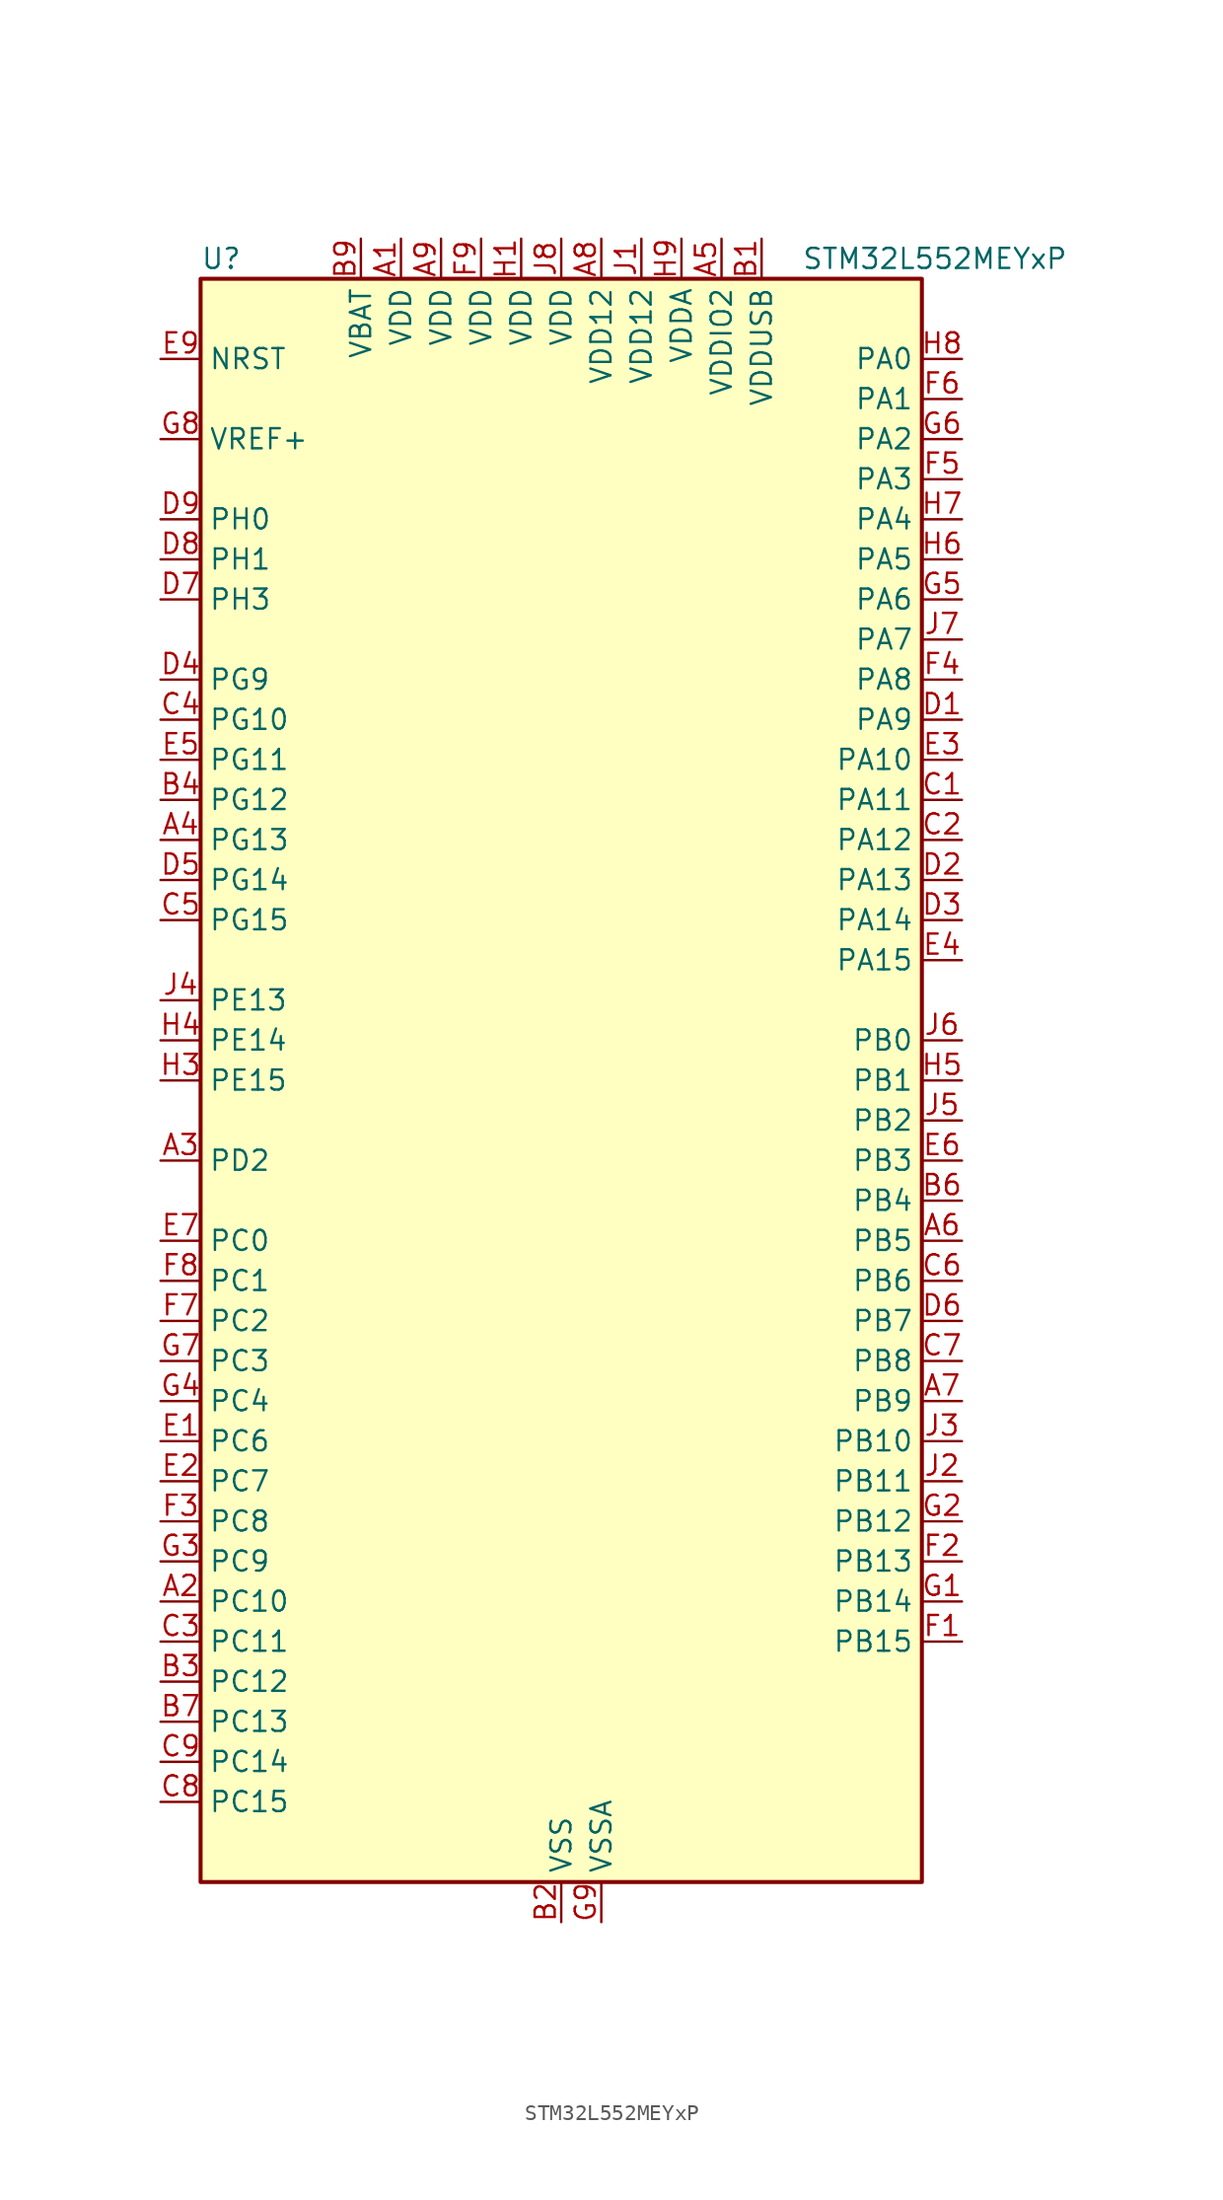
<source format=kicad_sym>
(kicad_symbol_lib
  (version 20241209)
  (generator "kicad_symbol_editor")
  (generator_version "9.0")
  (symbol "STM32L552MEYxP"
    (property "Reference" "U"
      (at -22.86 52.07 0)
      (effects (font (size 1.27 1.27)) (justify left)))
    (property "Value" "STM32L552MEYxP"
      (at 15.24 52.07 0)
      (effects (font (size 1.27 1.27)) (justify left)))
    (symbol "STM32L552MEYxP_0_1"
      (rectangle (start -22.86 -50.8) (end 22.86 50.8) (stroke (width 0.254) (type default)) (fill (type background))))
    (symbol "STM32L552MEYxP_1_1"
      (pin input line (at -25.4 45.72 0) (length 2.54) (name "NRST" (effects (font (size 1.27 1.27)))) (number "E9" (effects (font (size 1.27 1.27)))))
      (pin input line (at -25.4 40.64 0) (length 2.54) (name "VREF+" (effects (font (size 1.27 1.27)))) (number "G8" (effects (font (size 1.27 1.27)))) (alternate "VREFBUF_OUT" bidirectional line))
      (pin bidirectional line (at -25.4 35.56 0) (length 2.54) (name "PH0" (effects (font (size 1.27 1.27)))) (number "D9" (effects (font (size 1.27 1.27)))) (alternate "RCC_OSC_IN" bidirectional line))
      (pin bidirectional line (at -25.4 33.02 0) (length 2.54) (name "PH1" (effects (font (size 1.27 1.27)))) (number "D8" (effects (font (size 1.27 1.27)))) (alternate "RCC_OSC_OUT" bidirectional line))
      (pin bidirectional line (at -25.4 30.48 0) (length 2.54) (name "PH3" (effects (font (size 1.27 1.27)))) (number "D7" (effects (font (size 1.27 1.27)))))
      (pin bidirectional line (at -25.4 25.4 0) (length 2.54) (name "PG9" (effects (font (size 1.27 1.27)))) (number "D4" (effects (font (size 1.27 1.27)))) (alternate "DAC1_EXTI9" bidirectional line) (alternate "SAI2_SCK_A" bidirectional line) (alternate "SPI3_SCK" bidirectional line) (alternate "TIM15_CH1N" bidirectional line) (alternate "USART1_TX" bidirectional line))
      (pin bidirectional line (at -25.4 22.86 0) (length 2.54) (name "PG10" (effects (font (size 1.27 1.27)))) (number "C4" (effects (font (size 1.27 1.27)))) (alternate "LPTIM1_IN1" bidirectional line) (alternate "SAI2_FS_A" bidirectional line) (alternate "SPI3_MISO" bidirectional line) (alternate "TIM15_CH1" bidirectional line) (alternate "USART1_RX" bidirectional line))
      (pin bidirectional line (at -25.4 20.32 0) (length 2.54) (name "PG11" (effects (font (size 1.27 1.27)))) (number "E5" (effects (font (size 1.27 1.27)))) (alternate "ADC1_EXTI11" bidirectional line) (alternate "ADC2_EXTI11" bidirectional line) (alternate "LPTIM1_IN2" bidirectional line) (alternate "OCTOSPI1_IO5" bidirectional line) (alternate "SAI2_MCLK_A" bidirectional line) (alternate "SPI3_MOSI" bidirectional line) (alternate "TIM15_CH2" bidirectional line) (alternate "USART1_CTS" bidirectional line) (alternate "USART1_NSS" bidirectional line))
      (pin bidirectional line (at -25.4 17.78 0) (length 2.54) (name "PG12" (effects (font (size 1.27 1.27)))) (number "B4" (effects (font (size 1.27 1.27)))) (alternate "LPTIM1_ETR" bidirectional line) (alternate "SAI2_SD_A" bidirectional line) (alternate "SPI3_NSS" bidirectional line) (alternate "USART1_DE" bidirectional line) (alternate "USART1_RTS" bidirectional line))
      (pin bidirectional line (at -25.4 15.24 0) (length 2.54) (name "PG13" (effects (font (size 1.27 1.27)))) (number "A4" (effects (font (size 1.27 1.27)))) (alternate "I2C1_SDA" bidirectional line) (alternate "USART1_CK" bidirectional line))
      (pin bidirectional line (at -25.4 12.7 0) (length 2.54) (name "PG14" (effects (font (size 1.27 1.27)))) (number "D5" (effects (font (size 1.27 1.27)))) (alternate "I2C1_SCL" bidirectional line))
      (pin bidirectional line (at -25.4 10.16 0) (length 2.54) (name "PG15" (effects (font (size 1.27 1.27)))) (number "C5" (effects (font (size 1.27 1.27)))) (alternate "ADC1_EXTI15" bidirectional line) (alternate "ADC2_EXTI15" bidirectional line) (alternate "I2C1_SMBA" bidirectional line) (alternate "LPTIM1_OUT" bidirectional line))
      (pin bidirectional line (at -25.4 5.08 0) (length 2.54) (name "PE13" (effects (font (size 1.27 1.27)))) (number "J4" (effects (font (size 1.27 1.27)))) (alternate "OCTOSPI1_IO1" bidirectional line) (alternate "SPI1_SCK" bidirectional line) (alternate "TIM1_CH3" bidirectional line) (alternate "TSC_G5_IO4" bidirectional line))
      (pin bidirectional line (at -25.4 2.54 0) (length 2.54) (name "PE14" (effects (font (size 1.27 1.27)))) (number "H4" (effects (font (size 1.27 1.27)))) (alternate "OCTOSPI1_IO2" bidirectional line) (alternate "SPI1_MISO" bidirectional line) (alternate "TIM1_BKIN2" bidirectional line) (alternate "TIM1_CH4" bidirectional line))
      (pin bidirectional line (at -25.4 0 0) (length 2.54) (name "PE15" (effects (font (size 1.27 1.27)))) (number "H3" (effects (font (size 1.27 1.27)))) (alternate "ADC1_EXTI15" bidirectional line) (alternate "ADC2_EXTI15" bidirectional line) (alternate "OCTOSPI1_IO3" bidirectional line) (alternate "SPI1_MOSI" bidirectional line) (alternate "TIM1_BKIN" bidirectional line))
      (pin bidirectional line (at -25.4 -5.08 0) (length 2.54) (name "PD2" (effects (font (size 1.27 1.27)))) (number "A3" (effects (font (size 1.27 1.27)))) (alternate "DEBUG_TRACED2" bidirectional line) (alternate "SDMMC1_CMD" bidirectional line) (alternate "TIM3_ETR" bidirectional line) (alternate "TSC_SYNC" bidirectional line) (alternate "UART5_RX" bidirectional line) (alternate "USART3_DE" bidirectional line) (alternate "USART3_RTS" bidirectional line))
      (pin bidirectional line (at -25.4 -10.16 0) (length 2.54) (name "PC0" (effects (font (size 1.27 1.27)))) (number "E7" (effects (font (size 1.27 1.27)))) (alternate "ADC1_IN1" bidirectional line) (alternate "ADC2_IN1" bidirectional line) (alternate "I2C3_SCL" bidirectional line) (alternate "LPTIM1_IN1" bidirectional line) (alternate "LPTIM2_IN1" bidirectional line) (alternate "LPUART1_RX" bidirectional line) (alternate "OCTOSPI1_IO7" bidirectional line) (alternate "SAI2_FS_A" bidirectional line) (alternate "SDMMC1_D5" bidirectional line))
      (pin bidirectional line (at -25.4 -12.7 0) (length 2.54) (name "PC1" (effects (font (size 1.27 1.27)))) (number "F8" (effects (font (size 1.27 1.27)))) (alternate "ADC1_IN2" bidirectional line) (alternate "ADC2_IN2" bidirectional line) (alternate "DEBUG_TRACED0" bidirectional line) (alternate "I2C3_SDA" bidirectional line) (alternate "LPTIM1_OUT" bidirectional line) (alternate "LPUART1_TX" bidirectional line) (alternate "OCTOSPI1_IO4" bidirectional line) (alternate "SAI1_SD_A" bidirectional line) (alternate "SPI2_MOSI" bidirectional line))
      (pin bidirectional line (at -25.4 -15.24 0) (length 2.54) (name "PC2" (effects (font (size 1.27 1.27)))) (number "F7" (effects (font (size 1.27 1.27)))) (alternate "ADC1_IN3" bidirectional line) (alternate "ADC2_IN3" bidirectional line) (alternate "DFSDM1_CKOUT" bidirectional line) (alternate "LPTIM1_IN2" bidirectional line) (alternate "OCTOSPI1_IO5" bidirectional line) (alternate "SPI2_MISO" bidirectional line))
      (pin bidirectional line (at -25.4 -17.78 0) (length 2.54) (name "PC3" (effects (font (size 1.27 1.27)))) (number "G7" (effects (font (size 1.27 1.27)))) (alternate "ADC1_IN4" bidirectional line) (alternate "ADC2_IN4" bidirectional line) (alternate "LPTIM1_ETR" bidirectional line) (alternate "LPTIM2_ETR" bidirectional line) (alternate "LPTIM3_OUT" bidirectional line) (alternate "OCTOSPI1_IO6" bidirectional line) (alternate "SAI1_D1" bidirectional line) (alternate "SAI1_SD_A" bidirectional line) (alternate "SPI2_MOSI" bidirectional line))
      (pin bidirectional line (at -25.4 -20.32 0) (length 2.54) (name "PC4" (effects (font (size 1.27 1.27)))) (number "G4" (effects (font (size 1.27 1.27)))) (alternate "ADC1_IN13" bidirectional line) (alternate "ADC2_IN13" bidirectional line) (alternate "COMP1_INM" bidirectional line) (alternate "OCTOSPI1_IO7" bidirectional line) (alternate "USART3_TX" bidirectional line))
      (pin bidirectional line (at -25.4 -22.86 0) (length 2.54) (name "PC6" (effects (font (size 1.27 1.27)))) (number "E1" (effects (font (size 1.27 1.27)))) (alternate "DFSDM1_CKIN3" bidirectional line) (alternate "SAI2_MCLK_A" bidirectional line) (alternate "SDMMC1_D0DIR" bidirectional line) (alternate "SDMMC1_D6" bidirectional line) (alternate "TIM3_CH1" bidirectional line) (alternate "TIM8_CH1" bidirectional line) (alternate "TSC_G4_IO1" bidirectional line))
      (pin bidirectional line (at -25.4 -25.4 0) (length 2.54) (name "PC7" (effects (font (size 1.27 1.27)))) (number "E2" (effects (font (size 1.27 1.27)))) (alternate "DFSDM1_DATIN3" bidirectional line) (alternate "SAI2_MCLK_B" bidirectional line) (alternate "SDMMC1_D123DIR" bidirectional line) (alternate "SDMMC1_D7" bidirectional line) (alternate "TIM3_CH2" bidirectional line) (alternate "TIM8_CH2" bidirectional line) (alternate "TSC_G4_IO2" bidirectional line))
      (pin bidirectional line (at -25.4 -27.94 0) (length 2.54) (name "PC8" (effects (font (size 1.27 1.27)))) (number "F3" (effects (font (size 1.27 1.27)))) (alternate "SDMMC1_D0" bidirectional line) (alternate "TIM3_CH3" bidirectional line) (alternate "TIM8_CH3" bidirectional line) (alternate "TSC_G4_IO3" bidirectional line))
      (pin bidirectional line (at -25.4 -30.48 0) (length 2.54) (name "PC9" (effects (font (size 1.27 1.27)))) (number "G3" (effects (font (size 1.27 1.27)))) (alternate "DAC1_EXTI9" bidirectional line) (alternate "DEBUG_TRACED0" bidirectional line) (alternate "SAI2_EXTCLK" bidirectional line) (alternate "SDMMC1_D1" bidirectional line) (alternate "TIM3_CH4" bidirectional line) (alternate "TIM8_BKIN2" bidirectional line) (alternate "TIM8_CH4" bidirectional line) (alternate "TSC_G4_IO4" bidirectional line) (alternate "USB_NOE" bidirectional line))
      (pin bidirectional line (at -25.4 -33.02 0) (length 2.54) (name "PC10" (effects (font (size 1.27 1.27)))) (number "A2" (effects (font (size 1.27 1.27)))) (alternate "DEBUG_TRACED1" bidirectional line) (alternate "LPTIM3_ETR" bidirectional line) (alternate "SAI2_SCK_B" bidirectional line) (alternate "SDMMC1_D2" bidirectional line) (alternate "SPI3_SCK" bidirectional line) (alternate "TSC_G3_IO2" bidirectional line) (alternate "UART4_TX" bidirectional line) (alternate "USART3_TX" bidirectional line))
      (pin bidirectional line (at -25.4 -35.56 0) (length 2.54) (name "PC11" (effects (font (size 1.27 1.27)))) (number "C3" (effects (font (size 1.27 1.27)))) (alternate "ADC1_EXTI11" bidirectional line) (alternate "ADC2_EXTI11" bidirectional line) (alternate "LPTIM3_IN1" bidirectional line) (alternate "OCTOSPI1_NCS" bidirectional line) (alternate "SAI2_MCLK_B" bidirectional line) (alternate "SDMMC1_D3" bidirectional line) (alternate "SPI3_MISO" bidirectional line) (alternate "TSC_G3_IO3" bidirectional line) (alternate "UART4_RX" bidirectional line) (alternate "UCPD1_FRSTX2" bidirectional line) (alternate "USART3_RX" bidirectional line))
      (pin bidirectional line (at -25.4 -38.1 0) (length 2.54) (name "PC12" (effects (font (size 1.27 1.27)))) (number "B3" (effects (font (size 1.27 1.27)))) (alternate "DEBUG_TRACED3" bidirectional line) (alternate "SAI2_SD_B" bidirectional line) (alternate "SDMMC1_CK" bidirectional line) (alternate "SPI3_MOSI" bidirectional line) (alternate "TSC_G3_IO4" bidirectional line) (alternate "UART5_TX" bidirectional line) (alternate "USART3_CK" bidirectional line))
      (pin bidirectional line (at -25.4 -40.64 0) (length 2.54) (name "PC13" (effects (font (size 1.27 1.27)))) (number "B7" (effects (font (size 1.27 1.27)))) (alternate "PWR_WKUP2" bidirectional line) (alternate "RTC_OUT1" bidirectional line) (alternate "RTC_TS" bidirectional line) (alternate "TAMP_IN1" bidirectional line) (alternate "TAMP_OUT2" bidirectional line))
      (pin bidirectional line (at -25.4 -43.18 0) (length 2.54) (name "PC14" (effects (font (size 1.27 1.27)))) (number "C9" (effects (font (size 1.27 1.27)))) (alternate "RCC_OSC32_IN" bidirectional line))
      (pin bidirectional line (at -25.4 -45.72 0) (length 2.54) (name "PC15" (effects (font (size 1.27 1.27)))) (number "C8" (effects (font (size 1.27 1.27)))) (alternate "ADC1_EXTI15" bidirectional line) (alternate "ADC2_EXTI15" bidirectional line) (alternate "RCC_OSC32_OUT" bidirectional line))
      (pin power_in line (at -12.7 53.34 270) (length 2.54) (name "VBAT" (effects (font (size 1.27 1.27)))) (number "B9" (effects (font (size 1.27 1.27)))))
      (pin power_in line (at -10.16 53.34 270) (length 2.54) (name "VDD" (effects (font (size 1.27 1.27)))) (number "A1" (effects (font (size 1.27 1.27)))))
      (pin power_in line (at -7.62 53.34 270) (length 2.54) (name "VDD" (effects (font (size 1.27 1.27)))) (number "A9" (effects (font (size 1.27 1.27)))))
      (pin power_in line (at -5.08 53.34 270) (length 2.54) (name "VDD" (effects (font (size 1.27 1.27)))) (number "F9" (effects (font (size 1.27 1.27)))))
      (pin power_in line (at -2.54 53.34 270) (length 2.54) (name "VDD" (effects (font (size 1.27 1.27)))) (number "H1" (effects (font (size 1.27 1.27)))))
      (pin power_in line (at 0 53.34 270) (length 2.54) (name "VDD" (effects (font (size 1.27 1.27)))) (number "J8" (effects (font (size 1.27 1.27)))))
      (pin power_in line (at 0 -53.34 90) (length 2.54) (name "VSS" (effects (font (size 1.27 1.27)))) (number "B2" (effects (font (size 1.27 1.27)))))
      (pin passive line (at 0 -53.34 90) (length 2.54) (hide yes) (name "VSS" (effects (font (size 1.27 1.27)))) (number "B5" (effects (font (size 1.27 1.27)))))
      (pin passive line (at 0 -53.34 90) (length 2.54) (hide yes) (name "VSS" (effects (font (size 1.27 1.27)))) (number "B8" (effects (font (size 1.27 1.27)))))
      (pin passive line (at 0 -53.34 90) (length 2.54) (hide yes) (name "VSS" (effects (font (size 1.27 1.27)))) (number "E8" (effects (font (size 1.27 1.27)))))
      (pin passive line (at 0 -53.34 90) (length 2.54) (hide yes) (name "VSS" (effects (font (size 1.27 1.27)))) (number "H2" (effects (font (size 1.27 1.27)))))
      (pin passive line (at 0 -53.34 90) (length 2.54) (hide yes) (name "VSS" (effects (font (size 1.27 1.27)))) (number "J9" (effects (font (size 1.27 1.27)))))
      (pin power_in line (at 2.54 53.34 270) (length 2.54) (name "VDD12" (effects (font (size 1.27 1.27)))) (number "A8" (effects (font (size 1.27 1.27)))))
      (pin power_in line (at 2.54 -53.34 90) (length 2.54) (name "VSSA" (effects (font (size 1.27 1.27)))) (number "G9" (effects (font (size 1.27 1.27)))))
      (pin power_in line (at 5.08 53.34 270) (length 2.54) (name "VDD12" (effects (font (size 1.27 1.27)))) (number "J1" (effects (font (size 1.27 1.27)))))
      (pin power_in line (at 7.62 53.34 270) (length 2.54) (name "VDDA" (effects (font (size 1.27 1.27)))) (number "H9" (effects (font (size 1.27 1.27)))))
      (pin power_in line (at 10.16 53.34 270) (length 2.54) (name "VDDIO2" (effects (font (size 1.27 1.27)))) (number "A5" (effects (font (size 1.27 1.27)))))
      (pin power_in line (at 12.7 53.34 270) (length 2.54) (name "VDDUSB" (effects (font (size 1.27 1.27)))) (number "B1" (effects (font (size 1.27 1.27)))))
      (pin bidirectional line (at 25.4 45.72 180) (length 2.54) (name "PA0" (effects (font (size 1.27 1.27)))) (number "H8" (effects (font (size 1.27 1.27)))) (alternate "ADC1_IN5" bidirectional line) (alternate "ADC2_IN5" bidirectional line) (alternate "OPAMP1_VINP" bidirectional line) (alternate "PWR_WKUP1" bidirectional line) (alternate "SAI1_EXTCLK" bidirectional line) (alternate "TAMP_IN2" bidirectional line) (alternate "TAMP_OUT1" bidirectional line) (alternate "TIM2_CH1" bidirectional line) (alternate "TIM2_ETR" bidirectional line) (alternate "TIM5_CH1" bidirectional line) (alternate "TIM8_ETR" bidirectional line) (alternate "UART4_TX" bidirectional line) (alternate "USART2_CTS" bidirectional line) (alternate "USART2_NSS" bidirectional line))
      (pin bidirectional line (at 25.4 43.18 180) (length 2.54) (name "PA1" (effects (font (size 1.27 1.27)))) (number "F6" (effects (font (size 1.27 1.27)))) (alternate "ADC1_IN6" bidirectional line) (alternate "ADC2_IN6" bidirectional line) (alternate "I2C1_SMBA" bidirectional line) (alternate "OCTOSPI1_DQS" bidirectional line) (alternate "OPAMP1_VINM" bidirectional line) (alternate "SPI1_SCK" bidirectional line) (alternate "TAMP_IN5" bidirectional line) (alternate "TAMP_OUT4" bidirectional line) (alternate "TIM15_CH1N" bidirectional line) (alternate "TIM2_CH2" bidirectional line) (alternate "TIM5_CH2" bidirectional line) (alternate "UART4_RX" bidirectional line) (alternate "USART2_DE" bidirectional line) (alternate "USART2_RTS" bidirectional line))
      (pin bidirectional line (at 25.4 40.64 180) (length 2.54) (name "PA2" (effects (font (size 1.27 1.27)))) (number "G6" (effects (font (size 1.27 1.27)))) (alternate "ADC1_IN7" bidirectional line) (alternate "ADC2_IN7" bidirectional line) (alternate "COMP1_INP" bidirectional line) (alternate "LPUART1_TX" bidirectional line) (alternate "OCTOSPI1_NCS" bidirectional line) (alternate "PWR_WKUP4" bidirectional line) (alternate "RCC_LSCO" bidirectional line) (alternate "SAI2_EXTCLK" bidirectional line) (alternate "TIM15_CH1" bidirectional line) (alternate "TIM2_CH3" bidirectional line) (alternate "TIM5_CH3" bidirectional line) (alternate "UCPD1_FRSTX1" bidirectional line) (alternate "USART2_TX" bidirectional line))
      (pin bidirectional line (at 25.4 38.1 180) (length 2.54) (name "PA3" (effects (font (size 1.27 1.27)))) (number "F5" (effects (font (size 1.27 1.27)))) (alternate "ADC1_IN8" bidirectional line) (alternate "ADC2_IN8" bidirectional line) (alternate "LPUART1_RX" bidirectional line) (alternate "OCTOSPI1_CLK" bidirectional line) (alternate "OPAMP1_VOUT" bidirectional line) (alternate "SAI1_CK1" bidirectional line) (alternate "SAI1_MCLK_A" bidirectional line) (alternate "TIM15_CH2" bidirectional line) (alternate "TIM2_CH4" bidirectional line) (alternate "TIM5_CH4" bidirectional line) (alternate "USART2_RX" bidirectional line))
      (pin bidirectional line (at 25.4 35.56 180) (length 2.54) (name "PA4" (effects (font (size 1.27 1.27)))) (number "H7" (effects (font (size 1.27 1.27)))) (alternate "ADC1_IN9" bidirectional line) (alternate "ADC2_IN9" bidirectional line) (alternate "DAC1_OUT1" bidirectional line) (alternate "LPTIM2_OUT" bidirectional line) (alternate "OCTOSPI1_NCS" bidirectional line) (alternate "SAI1_FS_B" bidirectional line) (alternate "SPI1_NSS" bidirectional line) (alternate "SPI3_NSS" bidirectional line) (alternate "USART2_CK" bidirectional line))
      (pin bidirectional line (at 25.4 33.02 180) (length 2.54) (name "PA5" (effects (font (size 1.27 1.27)))) (number "H6" (effects (font (size 1.27 1.27)))) (alternate "ADC1_IN10" bidirectional line) (alternate "ADC2_IN10" bidirectional line) (alternate "DAC1_OUT2" bidirectional line) (alternate "LPTIM2_ETR" bidirectional line) (alternate "SPI1_SCK" bidirectional line) (alternate "TIM2_CH1" bidirectional line) (alternate "TIM2_ETR" bidirectional line) (alternate "TIM8_CH1N" bidirectional line))
      (pin bidirectional line (at 25.4 30.48 180) (length 2.54) (name "PA6" (effects (font (size 1.27 1.27)))) (number "G5" (effects (font (size 1.27 1.27)))) (alternate "ADC1_IN11" bidirectional line) (alternate "ADC2_IN11" bidirectional line) (alternate "LPUART1_CTS" bidirectional line) (alternate "OCTOSPI1_IO3" bidirectional line) (alternate "OPAMP2_VINP" bidirectional line) (alternate "SPI1_MISO" bidirectional line) (alternate "TIM16_CH1" bidirectional line) (alternate "TIM1_BKIN" bidirectional line) (alternate "TIM3_CH1" bidirectional line) (alternate "TIM8_BKIN" bidirectional line) (alternate "USART3_CTS" bidirectional line) (alternate "USART3_NSS" bidirectional line))
      (pin bidirectional line (at 25.4 27.94 180) (length 2.54) (name "PA7" (effects (font (size 1.27 1.27)))) (number "J7" (effects (font (size 1.27 1.27)))) (alternate "ADC1_IN12" bidirectional line) (alternate "ADC2_IN12" bidirectional line) (alternate "I2C3_SCL" bidirectional line) (alternate "OCTOSPI1_IO2" bidirectional line) (alternate "OPAMP2_VINM" bidirectional line) (alternate "SPI1_MOSI" bidirectional line) (alternate "TIM17_CH1" bidirectional line) (alternate "TIM1_CH1N" bidirectional line) (alternate "TIM3_CH2" bidirectional line) (alternate "TIM8_CH1N" bidirectional line))
      (pin bidirectional line (at 25.4 25.4 180) (length 2.54) (name "PA8" (effects (font (size 1.27 1.27)))) (number "F4" (effects (font (size 1.27 1.27)))) (alternate "LPTIM2_OUT" bidirectional line) (alternate "RCC_MCO" bidirectional line) (alternate "SAI1_CK2" bidirectional line) (alternate "SAI1_SCK_A" bidirectional line) (alternate "TIM1_CH1" bidirectional line) (alternate "USART1_CK" bidirectional line))
      (pin bidirectional line (at 25.4 22.86 180) (length 2.54) (name "PA9" (effects (font (size 1.27 1.27)))) (number "D1" (effects (font (size 1.27 1.27)))) (alternate "DAC1_EXTI9" bidirectional line) (alternate "SAI1_FS_A" bidirectional line) (alternate "SPI2_SCK" bidirectional line) (alternate "TIM15_BKIN" bidirectional line) (alternate "TIM1_CH2" bidirectional line) (alternate "USART1_TX" bidirectional line))
      (pin bidirectional line (at 25.4 20.32 180) (length 2.54) (name "PA10" (effects (font (size 1.27 1.27)))) (number "E3" (effects (font (size 1.27 1.27)))) (alternate "CRS_SYNC" bidirectional line) (alternate "SAI1_D1" bidirectional line) (alternate "SAI1_SD_A" bidirectional line) (alternate "TIM17_BKIN" bidirectional line) (alternate "TIM1_CH3" bidirectional line) (alternate "USART1_RX" bidirectional line))
      (pin bidirectional line (at 25.4 17.78 180) (length 2.54) (name "PA11" (effects (font (size 1.27 1.27)))) (number "C1" (effects (font (size 1.27 1.27)))) (alternate "ADC1_EXTI11" bidirectional line) (alternate "ADC2_EXTI11" bidirectional line) (alternate "FDCAN1_RX" bidirectional line) (alternate "SPI1_MISO" bidirectional line) (alternate "TIM1_BKIN2" bidirectional line) (alternate "TIM1_CH4" bidirectional line) (alternate "USART1_CTS" bidirectional line) (alternate "USART1_NSS" bidirectional line) (alternate "USB_DM" bidirectional line))
      (pin bidirectional line (at 25.4 15.24 180) (length 2.54) (name "PA12" (effects (font (size 1.27 1.27)))) (number "C2" (effects (font (size 1.27 1.27)))) (alternate "FDCAN1_TX" bidirectional line) (alternate "SPI1_MOSI" bidirectional line) (alternate "TIM1_ETR" bidirectional line) (alternate "USART1_DE" bidirectional line) (alternate "USART1_RTS" bidirectional line) (alternate "USB_DP" bidirectional line))
      (pin bidirectional line (at 25.4 12.7 180) (length 2.54) (name "PA13" (effects (font (size 1.27 1.27)))) (number "D2" (effects (font (size 1.27 1.27)))) (alternate "DEBUG_JTMS-SWDIO" bidirectional line) (alternate "IR_OUT" bidirectional line) (alternate "SAI1_SD_B" bidirectional line) (alternate "USB_NOE" bidirectional line))
      (pin bidirectional line (at 25.4 10.16 180) (length 2.54) (name "PA14" (effects (font (size 1.27 1.27)))) (number "D3" (effects (font (size 1.27 1.27)))) (alternate "DEBUG_JTCK-SWCLK" bidirectional line) (alternate "I2C1_SMBA" bidirectional line) (alternate "I2C4_SMBA" bidirectional line) (alternate "LPTIM1_OUT" bidirectional line) (alternate "SAI1_FS_B" bidirectional line))
      (pin bidirectional line (at 25.4 7.62 180) (length 2.54) (name "PA15" (effects (font (size 1.27 1.27)))) (number "E4" (effects (font (size 1.27 1.27)))) (alternate "ADC1_EXTI15" bidirectional line) (alternate "ADC2_EXTI15" bidirectional line) (alternate "DEBUG_JTDI" bidirectional line) (alternate "SAI2_FS_B" bidirectional line) (alternate "SPI1_NSS" bidirectional line) (alternate "SPI3_NSS" bidirectional line) (alternate "TIM2_CH1" bidirectional line) (alternate "TIM2_ETR" bidirectional line) (alternate "UART4_DE" bidirectional line) (alternate "UART4_RTS" bidirectional line) (alternate "UCPD1_CC1" bidirectional line) (alternate "USART2_RX" bidirectional line) (alternate "USART3_DE" bidirectional line) (alternate "USART3_RTS" bidirectional line))
      (pin bidirectional line (at 25.4 2.54 180) (length 2.54) (name "PB0" (effects (font (size 1.27 1.27)))) (number "J6" (effects (font (size 1.27 1.27)))) (alternate "ADC1_IN15" bidirectional line) (alternate "ADC2_IN15" bidirectional line) (alternate "COMP1_OUT" bidirectional line) (alternate "OCTOSPI1_IO1" bidirectional line) (alternate "OPAMP2_VOUT" bidirectional line) (alternate "SAI1_EXTCLK" bidirectional line) (alternate "SPI1_NSS" bidirectional line) (alternate "TIM1_CH2N" bidirectional line) (alternate "TIM3_CH3" bidirectional line) (alternate "TIM8_CH2N" bidirectional line) (alternate "USART3_CK" bidirectional line))
      (pin bidirectional line (at 25.4 0 180) (length 2.54) (name "PB1" (effects (font (size 1.27 1.27)))) (number "H5" (effects (font (size 1.27 1.27)))) (alternate "ADC1_IN16" bidirectional line) (alternate "ADC2_IN16" bidirectional line) (alternate "COMP1_INM" bidirectional line) (alternate "DFSDM1_DATIN0" bidirectional line) (alternate "LPTIM2_IN1" bidirectional line) (alternate "LPUART1_DE" bidirectional line) (alternate "LPUART1_RTS" bidirectional line) (alternate "OCTOSPI1_IO0" bidirectional line) (alternate "TIM1_CH3N" bidirectional line) (alternate "TIM3_CH4" bidirectional line) (alternate "TIM8_CH3N" bidirectional line) (alternate "USART3_DE" bidirectional line) (alternate "USART3_RTS" bidirectional line))
      (pin bidirectional line (at 25.4 -2.54 180) (length 2.54) (name "PB2" (effects (font (size 1.27 1.27)))) (number "J5" (effects (font (size 1.27 1.27)))) (alternate "COMP1_INP" bidirectional line) (alternate "DFSDM1_CKIN0" bidirectional line) (alternate "I2C3_SMBA" bidirectional line) (alternate "LPTIM1_OUT" bidirectional line) (alternate "OCTOSPI1_DQS" bidirectional line) (alternate "RTC_OUT2" bidirectional line) (alternate "UCPD1_FRSTX1" bidirectional line))
      (pin bidirectional line (at 25.4 -5.08 180) (length 2.54) (name "PB3" (effects (font (size 1.27 1.27)))) (number "E6" (effects (font (size 1.27 1.27)))) (alternate "COMP2_INM" bidirectional line) (alternate "CRS_SYNC" bidirectional line) (alternate "DEBUG_JTDO-SWO" bidirectional line) (alternate "SAI1_SCK_B" bidirectional line) (alternate "SPI1_SCK" bidirectional line) (alternate "SPI3_SCK" bidirectional line) (alternate "TIM2_CH2" bidirectional line) (alternate "USART1_DE" bidirectional line) (alternate "USART1_RTS" bidirectional line))
      (pin bidirectional line (at 25.4 -7.62 180) (length 2.54) (name "PB4" (effects (font (size 1.27 1.27)))) (number "B6" (effects (font (size 1.27 1.27)))) (alternate "COMP2_INP" bidirectional line) (alternate "DEBUG_JTRST" bidirectional line) (alternate "I2C3_SDA" bidirectional line) (alternate "SAI1_MCLK_B" bidirectional line) (alternate "SPI1_MISO" bidirectional line) (alternate "SPI3_MISO" bidirectional line) (alternate "TIM17_BKIN" bidirectional line) (alternate "TIM3_CH1" bidirectional line) (alternate "TSC_G2_IO1" bidirectional line) (alternate "UART5_DE" bidirectional line) (alternate "UART5_RTS" bidirectional line) (alternate "USART1_CTS" bidirectional line) (alternate "USART1_NSS" bidirectional line))
      (pin bidirectional line (at 25.4 -10.16 180) (length 2.54) (name "PB5" (effects (font (size 1.27 1.27)))) (number "A6" (effects (font (size 1.27 1.27)))) (alternate "COMP2_OUT" bidirectional line) (alternate "I2C1_SMBA" bidirectional line) (alternate "LPTIM1_IN1" bidirectional line) (alternate "OCTOSPI1_NCLK" bidirectional line) (alternate "SAI1_SD_B" bidirectional line) (alternate "SPI1_MOSI" bidirectional line) (alternate "SPI3_MOSI" bidirectional line) (alternate "TIM16_BKIN" bidirectional line) (alternate "TIM3_CH2" bidirectional line) (alternate "TSC_G2_IO2" bidirectional line) (alternate "UART5_CTS" bidirectional line) (alternate "UCPD1_DBCC1" bidirectional line) (alternate "USART1_CK" bidirectional line))
      (pin bidirectional line (at 25.4 -12.7 180) (length 2.54) (name "PB6" (effects (font (size 1.27 1.27)))) (number "C6" (effects (font (size 1.27 1.27)))) (alternate "COMP2_INP" bidirectional line) (alternate "I2C1_SCL" bidirectional line) (alternate "I2C4_SCL" bidirectional line) (alternate "LPTIM1_ETR" bidirectional line) (alternate "SAI1_FS_B" bidirectional line) (alternate "TIM16_CH1N" bidirectional line) (alternate "TIM4_CH1" bidirectional line) (alternate "TIM8_BKIN2" bidirectional line) (alternate "TSC_G2_IO3" bidirectional line) (alternate "USART1_TX" bidirectional line))
      (pin bidirectional line (at 25.4 -15.24 180) (length 2.54) (name "PB7" (effects (font (size 1.27 1.27)))) (number "D6" (effects (font (size 1.27 1.27)))) (alternate "COMP2_INM" bidirectional line) (alternate "I2C1_SDA" bidirectional line) (alternate "I2C4_SDA" bidirectional line) (alternate "LPTIM1_IN2" bidirectional line) (alternate "PWR_PVD_IN" bidirectional line) (alternate "TIM17_CH1N" bidirectional line) (alternate "TIM4_CH2" bidirectional line) (alternate "TIM8_BKIN" bidirectional line) (alternate "TSC_G2_IO4" bidirectional line) (alternate "UART4_CTS" bidirectional line) (alternate "USART1_RX" bidirectional line))
      (pin bidirectional line (at 25.4 -17.78 180) (length 2.54) (name "PB8" (effects (font (size 1.27 1.27)))) (number "C7" (effects (font (size 1.27 1.27)))) (alternate "DFSDM1_CKOUT" bidirectional line) (alternate "FDCAN1_RX" bidirectional line) (alternate "I2C1_SCL" bidirectional line) (alternate "SAI1_CK1" bidirectional line) (alternate "SAI1_MCLK_A" bidirectional line) (alternate "SDMMC1_CKIN" bidirectional line) (alternate "SDMMC1_D4" bidirectional line) (alternate "TIM16_CH1" bidirectional line) (alternate "TIM4_CH3" bidirectional line))
      (pin bidirectional line (at 25.4 -20.32 180) (length 2.54) (name "PB9" (effects (font (size 1.27 1.27)))) (number "A7" (effects (font (size 1.27 1.27)))) (alternate "DAC1_EXTI9" bidirectional line) (alternate "FDCAN1_TX" bidirectional line) (alternate "I2C1_SDA" bidirectional line) (alternate "IR_OUT" bidirectional line) (alternate "SAI1_D2" bidirectional line) (alternate "SAI1_FS_A" bidirectional line) (alternate "SDMMC1_CDIR" bidirectional line) (alternate "SDMMC1_D5" bidirectional line) (alternate "SPI2_NSS" bidirectional line) (alternate "TIM17_CH1" bidirectional line) (alternate "TIM4_CH4" bidirectional line))
      (pin bidirectional line (at 25.4 -22.86 180) (length 2.54) (name "PB10" (effects (font (size 1.27 1.27)))) (number "J3" (effects (font (size 1.27 1.27)))) (alternate "COMP1_OUT" bidirectional line) (alternate "I2C2_SCL" bidirectional line) (alternate "I2C4_SCL" bidirectional line) (alternate "LPTIM3_OUT" bidirectional line) (alternate "LPUART1_RX" bidirectional line) (alternate "OCTOSPI1_CLK" bidirectional line) (alternate "SAI1_SCK_A" bidirectional line) (alternate "SPI2_SCK" bidirectional line) (alternate "TIM2_CH3" bidirectional line) (alternate "TSC_SYNC" bidirectional line) (alternate "USART3_TX" bidirectional line))
      (pin bidirectional line (at 25.4 -25.4 180) (length 2.54) (name "PB11" (effects (font (size 1.27 1.27)))) (number "J2" (effects (font (size 1.27 1.27)))) (alternate "ADC1_EXTI11" bidirectional line) (alternate "ADC2_EXTI11" bidirectional line) (alternate "COMP2_OUT" bidirectional line) (alternate "I2C2_SDA" bidirectional line) (alternate "I2C4_SDA" bidirectional line) (alternate "LPUART1_TX" bidirectional line) (alternate "OCTOSPI1_NCS" bidirectional line) (alternate "TIM2_CH4" bidirectional line) (alternate "USART3_RX" bidirectional line))
      (pin bidirectional line (at 25.4 -27.94 180) (length 2.54) (name "PB12" (effects (font (size 1.27 1.27)))) (number "G2" (effects (font (size 1.27 1.27)))) (alternate "DFSDM1_DATIN1" bidirectional line) (alternate "I2C2_SMBA" bidirectional line) (alternate "LPUART1_DE" bidirectional line) (alternate "LPUART1_RTS" bidirectional line) (alternate "OCTOSPI1_NCLK" bidirectional line) (alternate "SAI2_FS_A" bidirectional line) (alternate "SPI2_NSS" bidirectional line) (alternate "TIM15_BKIN" bidirectional line) (alternate "TIM1_BKIN" bidirectional line) (alternate "TSC_G1_IO1" bidirectional line) (alternate "USART3_CK" bidirectional line))
      (pin bidirectional line (at 25.4 -30.48 180) (length 2.54) (name "PB13" (effects (font (size 1.27 1.27)))) (number "F2" (effects (font (size 1.27 1.27)))) (alternate "DFSDM1_CKIN1" bidirectional line) (alternate "I2C2_SCL" bidirectional line) (alternate "LPTIM3_IN1" bidirectional line) (alternate "LPUART1_CTS" bidirectional line) (alternate "SAI2_SCK_A" bidirectional line) (alternate "SPI2_SCK" bidirectional line) (alternate "TIM15_CH1N" bidirectional line) (alternate "TIM1_CH1N" bidirectional line) (alternate "TSC_G1_IO2" bidirectional line) (alternate "UCPD1_FRSTX2" bidirectional line) (alternate "USART3_CTS" bidirectional line) (alternate "USART3_NSS" bidirectional line))
      (pin bidirectional line (at 25.4 -33.02 180) (length 2.54) (name "PB14" (effects (font (size 1.27 1.27)))) (number "G1" (effects (font (size 1.27 1.27)))) (alternate "DFSDM1_DATIN2" bidirectional line) (alternate "I2C2_SDA" bidirectional line) (alternate "LPTIM3_ETR" bidirectional line) (alternate "SAI2_MCLK_A" bidirectional line) (alternate "SPI2_MISO" bidirectional line) (alternate "TIM15_CH1" bidirectional line) (alternate "TIM1_CH2N" bidirectional line) (alternate "TIM8_CH2N" bidirectional line) (alternate "TSC_G1_IO3" bidirectional line) (alternate "UCPD1_DBCC2" bidirectional line) (alternate "USART3_DE" bidirectional line) (alternate "USART3_RTS" bidirectional line))
      (pin bidirectional line (at 25.4 -35.56 180) (length 2.54) (name "PB15" (effects (font (size 1.27 1.27)))) (number "F1" (effects (font (size 1.27 1.27)))) (alternate "ADC1_EXTI15" bidirectional line) (alternate "ADC2_EXTI15" bidirectional line) (alternate "DFSDM1_CKIN2" bidirectional line) (alternate "RTC_REFIN" bidirectional line) (alternate "SAI2_SD_A" bidirectional line) (alternate "SPI2_MOSI" bidirectional line) (alternate "TIM15_CH2" bidirectional line) (alternate "TIM1_CH3N" bidirectional line) (alternate "TIM8_CH3N" bidirectional line) (alternate "UCPD1_CC2" bidirectional line)))))
</source>
